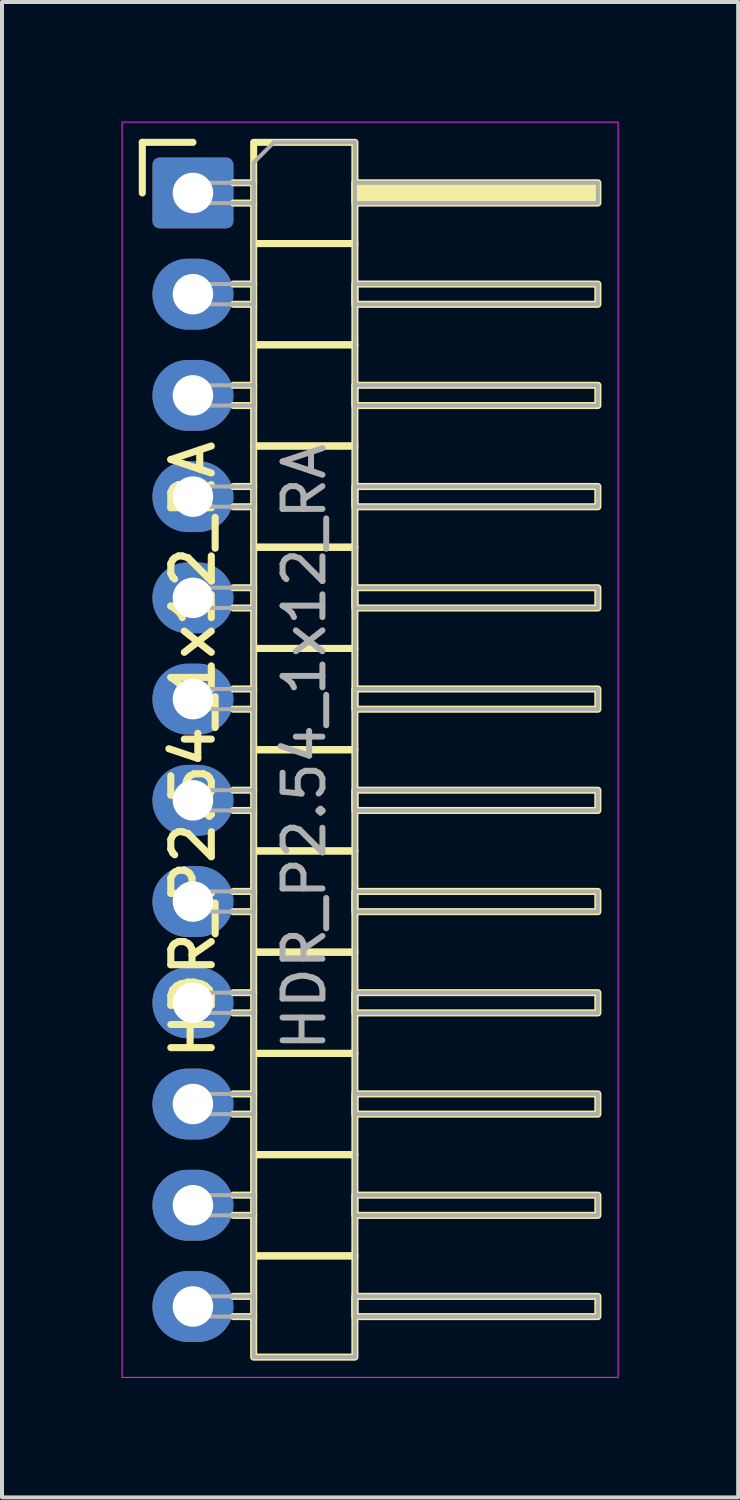
<source format=kicad_pcb>
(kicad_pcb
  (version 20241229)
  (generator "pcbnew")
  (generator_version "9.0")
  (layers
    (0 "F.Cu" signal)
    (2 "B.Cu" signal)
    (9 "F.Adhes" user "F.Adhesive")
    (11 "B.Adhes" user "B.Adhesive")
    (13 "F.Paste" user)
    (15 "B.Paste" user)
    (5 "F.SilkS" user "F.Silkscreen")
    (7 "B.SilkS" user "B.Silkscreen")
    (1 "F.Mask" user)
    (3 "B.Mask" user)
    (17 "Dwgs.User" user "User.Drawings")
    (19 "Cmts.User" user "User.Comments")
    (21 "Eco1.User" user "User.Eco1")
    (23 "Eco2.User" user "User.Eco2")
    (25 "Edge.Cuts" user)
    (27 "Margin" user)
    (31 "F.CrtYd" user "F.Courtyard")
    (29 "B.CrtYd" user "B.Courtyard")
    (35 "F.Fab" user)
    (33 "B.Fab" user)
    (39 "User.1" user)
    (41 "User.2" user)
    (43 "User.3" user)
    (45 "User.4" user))
  (footprint "HDR_P2.54_1x12_RA"
    (layer "F.Cu")
    (at 1.791 15.761)
    (property "Reference" "HDR_P2.54_1x12_RA" (at 0 0 90) (layer "F.SilkS") (effects (font (size 1.016 1.016) (thickness 0.178))))
    (attr through_hole)
    (fp_line (start -1.27 -15.24) (end 0 -15.24) (stroke (width 0.178) (type solid)) (layer "F.SilkS"))
    (fp_line (start -1.27 -13.97) (end -1.27 -15.24) (stroke (width 0.178) (type solid)) (layer "F.SilkS"))
    (fp_line (start 1.016 -14.224) (end 1.524 -14.224) (stroke (width 0.178) (type solid)) (layer "F.SilkS"))
    (fp_line (start 1.016 -13.716) (end 1.524 -13.716) (stroke (width 0.178) (type solid)) (layer "F.SilkS"))
    (fp_line (start 1.016 -11.684) (end 1.524 -11.684) (stroke (width 0.178) (type solid)) (layer "F.SilkS"))
    (fp_line (start 1.016 -11.176) (end 1.524 -11.176) (stroke (width 0.178) (type solid)) (layer "F.SilkS"))
    (fp_line (start 1.016 -9.144) (end 1.524 -9.144) (stroke (width 0.178) (type solid)) (layer "F.SilkS"))
    (fp_line (start 1.016 -8.636) (end 1.524 -8.636) (stroke (width 0.178) (type solid)) (layer "F.SilkS"))
    (fp_line (start 1.016 -6.604) (end 1.524 -6.604) (stroke (width 0.178) (type solid)) (layer "F.SilkS"))
    (fp_line (start 1.016 -6.096) (end 1.524 -6.096) (stroke (width 0.178) (type solid)) (layer "F.SilkS"))
    (fp_line (start 1.016 -4.064) (end 1.524 -4.064) (stroke (width 0.178) (type solid)) (layer "F.SilkS"))
    (fp_line (start 1.016 -3.556) (end 1.524 -3.556) (stroke (width 0.178) (type solid)) (layer "F.SilkS"))
    (fp_line (start 1.016 -1.524) (end 1.524 -1.524) (stroke (width 0.178) (type solid)) (layer "F.SilkS"))
    (fp_line (start 1.016 -1.016) (end 1.524 -1.016) (stroke (width 0.178) (type solid)) (layer "F.SilkS"))
    (fp_line (start 1.016 1.016) (end 1.524 1.016) (stroke (width 0.178) (type solid)) (layer "F.SilkS"))
    (fp_line (start 1.016 1.524) (end 1.524 1.524) (stroke (width 0.178) (type solid)) (layer "F.SilkS"))
    (fp_line (start 1.016 3.556) (end 1.524 3.556) (stroke (width 0.178) (type solid)) (layer "F.SilkS"))
    (fp_line (start 1.016 4.064) (end 1.524 4.064) (stroke (width 0.178) (type solid)) (layer "F.SilkS"))
    (fp_line (start 1.016 6.096) (end 1.524 6.096) (stroke (width 0.178) (type solid)) (layer "F.SilkS"))
    (fp_line (start 1.016 6.604) (end 1.524 6.604) (stroke (width 0.178) (type solid)) (layer "F.SilkS"))
    (fp_line (start 1.016 8.636) (end 1.524 8.636) (stroke (width 0.178) (type solid)) (layer "F.SilkS"))
    (fp_line (start 1.016 9.144) (end 1.524 9.144) (stroke (width 0.178) (type solid)) (layer "F.SilkS"))
    (fp_line (start 1.016 11.176) (end 1.524 11.176) (stroke (width 0.178) (type solid)) (layer "F.SilkS"))
    (fp_line (start 1.016 11.684) (end 1.524 11.684) (stroke (width 0.178) (type solid)) (layer "F.SilkS"))
    (fp_line (start 1.016 13.716) (end 1.524 13.716) (stroke (width 0.178) (type solid)) (layer "F.SilkS"))
    (fp_line (start 1.016 14.224) (end 1.524 14.224) (stroke (width 0.178) (type solid)) (layer "F.SilkS"))
    (fp_rect (start 1.524 -12.7) (end 4.064 -15.24) (stroke (width 0.178) (type solid)) (fill no) (layer "F.SilkS"))
    (fp_rect (start 1.524 -10.16) (end 4.064 -12.7) (stroke (width 0.178) (type solid)) (fill no) (layer "F.SilkS"))
    (fp_rect (start 1.524 -7.62) (end 4.064 -10.16) (stroke (width 0.178) (type solid)) (fill no) (layer "F.SilkS"))
    (fp_rect (start 1.524 -5.08) (end 4.064 -7.62) (stroke (width 0.178) (type solid)) (fill no) (layer "F.SilkS"))
    (fp_rect (start 1.524 -2.54) (end 4.064 -5.08) (stroke (width 0.178) (type solid)) (fill no) (layer "F.SilkS"))
    (fp_rect (start 1.524 0) (end 4.064 -2.54) (stroke (width 0.178) (type solid)) (fill no) (layer "F.SilkS"))
    (fp_rect (start 1.524 2.54) (end 4.064 0) (stroke (width 0.178) (type solid)) (fill no) (layer "F.SilkS"))
    (fp_rect (start 1.524 5.08) (end 4.064 2.54) (stroke (width 0.178) (type solid)) (fill no) (layer "F.SilkS"))
    (fp_rect (start 1.524 7.62) (end 4.064 5.08) (stroke (width 0.178) (type solid)) (fill no) (layer "F.SilkS"))
    (fp_rect (start 1.524 10.16) (end 4.064 7.62) (stroke (width 0.178) (type solid)) (fill no) (layer "F.SilkS"))
    (fp_rect (start 1.524 12.7) (end 4.064 10.16) (stroke (width 0.178) (type solid)) (fill no) (layer "F.SilkS"))
    (fp_rect (start 1.524 15.24) (end 4.064 12.7) (stroke (width 0.178) (type solid)) (fill no) (layer "F.SilkS"))
    (fp_rect (start 4.064 -14.224) (end 10.16 -13.716) (stroke (width 0.178) (type solid)) (fill yes) (layer "F.SilkS"))
    (fp_rect (start 4.064 -11.684) (end 10.16 -11.176) (stroke (width 0.178) (type solid)) (fill no) (layer "F.SilkS"))
    (fp_rect (start 4.064 -9.144) (end 10.16 -8.636) (stroke (width 0.178) (type solid)) (fill no) (layer "F.SilkS"))
    (fp_rect (start 4.064 -6.604) (end 10.16 -6.096) (stroke (width 0.178) (type solid)) (fill no) (layer "F.SilkS"))
    (fp_rect (start 4.064 -4.064) (end 10.16 -3.556) (stroke (width 0.178) (type solid)) (fill no) (layer "F.SilkS"))
    (fp_rect (start 4.064 -1.524) (end 10.16 -1.016) (stroke (width 0.178) (type solid)) (fill no) (layer "F.SilkS"))
    (fp_rect (start 4.064 1.016) (end 10.16 1.524) (stroke (width 0.178) (type solid)) (fill no) (layer "F.SilkS"))
    (fp_rect (start 4.064 3.556) (end 10.16 4.064) (stroke (width 0.178) (type solid)) (fill no) (layer "F.SilkS"))
    (fp_rect (start 4.064 6.096) (end 10.16 6.604) (stroke (width 0.178) (type solid)) (fill no) (layer "F.SilkS"))
    (fp_rect (start 4.064 8.636) (end 10.16 9.144) (stroke (width 0.178) (type solid)) (fill no) (layer "F.SilkS"))
    (fp_rect (start 4.064 11.176) (end 10.16 11.684) (stroke (width 0.178) (type solid)) (fill no) (layer "F.SilkS"))
    (fp_rect (start 4.064 13.716) (end 10.16 14.224) (stroke (width 0.178) (type solid)) (fill no) (layer "F.SilkS"))
    (fp_rect (start -1.778 -15.748) (end 10.668 15.748) (stroke (width 0.025) (type solid)) (fill no) (layer "F.CrtYd"))
    (fp_line (start 1.524 -14.732) (end 2.032 -15.24) (stroke (width 0.1) (type solid)) (layer "F.Fab"))
    (fp_line (start 1.524 15.24) (end 1.524 -14.732) (stroke (width 0.1) (type solid)) (layer "F.Fab"))
    (fp_line (start 2.032 -15.24) (end 4.064 -15.24) (stroke (width 0.1) (type solid)) (layer "F.Fab"))
    (fp_line (start 4.064 -15.24) (end 4.064 15.24) (stroke (width 0.1) (type solid)) (layer "F.Fab"))
    (fp_line (start 4.064 15.24) (end 1.524 15.24) (stroke (width 0.1) (type solid)) (layer "F.Fab"))
    (fp_rect (start -0.254 -14.224) (end 1.524 -13.716) (stroke (width 0.1) (type solid)) (fill no) (layer "F.Fab"))
    (fp_rect (start -0.254 -11.684) (end 1.524 -11.176) (stroke (width 0.1) (type solid)) (fill no) (layer "F.Fab"))
    (fp_rect (start -0.254 -9.144) (end 1.524 -8.636) (stroke (width 0.1) (type solid)) (fill no) (layer "F.Fab"))
    (fp_rect (start -0.254 -6.604) (end 1.524 -6.096) (stroke (width 0.1) (type solid)) (fill no) (layer "F.Fab"))
    (fp_rect (start -0.254 -4.064) (end 1.524 -3.556) (stroke (width 0.1) (type solid)) (fill no) (layer "F.Fab"))
    (fp_rect (start -0.254 -1.524) (end 1.524 -1.016) (stroke (width 0.1) (type solid)) (fill no) (layer "F.Fab"))
    (fp_rect (start -0.254 1.524) (end 1.524 1.016) (stroke (width 0.1) (type solid)) (fill no) (layer "F.Fab"))
    (fp_rect (start -0.254 3.556) (end 1.524 4.064) (stroke (width 0.1) (type solid)) (fill no) (layer "F.Fab"))
    (fp_rect (start -0.254 6.604) (end 1.524 6.096) (stroke (width 0.1) (type solid)) (fill no) (layer "F.Fab"))
    (fp_rect (start -0.254 9.144) (end 1.524 8.636) (stroke (width 0.1) (type solid)) (fill no) (layer "F.Fab"))
    (fp_rect (start -0.254 11.684) (end 1.524 11.176) (stroke (width 0.1) (type solid)) (fill no) (layer "F.Fab"))
    (fp_rect (start -0.254 13.716) (end 1.524 14.224) (stroke (width 0.1) (type solid)) (fill no) (layer "F.Fab"))
    (fp_rect (start 4.064 -14.224) (end 10.16 -13.716) (stroke (width 0.1) (type solid)) (fill no) (layer "F.Fab"))
    (fp_rect (start 4.064 -11.684) (end 10.16 -11.176) (stroke (width 0.1) (type solid)) (fill no) (layer "F.Fab"))
    (fp_rect (start 4.064 -9.144) (end 10.16 -8.636) (stroke (width 0.1) (type solid)) (fill no) (layer "F.Fab"))
    (fp_rect (start 4.064 -6.604) (end 10.16 -6.096) (stroke (width 0.1) (type solid)) (fill no) (layer "F.Fab"))
    (fp_rect (start 4.064 -4.064) (end 10.16 -3.556) (stroke (width 0.1) (type solid)) (fill no) (layer "F.Fab"))
    (fp_rect (start 4.064 -1.524) (end 10.16 -1.016) (stroke (width 0.1) (type solid)) (fill no) (layer "F.Fab"))
    (fp_rect (start 4.064 1.016) (end 10.16 1.524) (stroke (width 0.1) (type solid)) (fill no) (layer "F.Fab"))
    (fp_rect (start 4.064 3.556) (end 10.16 4.064) (stroke (width 0.1) (type solid)) (fill no) (layer "F.Fab"))
    (fp_rect (start 4.064 6.096) (end 10.16 6.604) (stroke (width 0.1) (type solid)) (fill no) (layer "F.Fab"))
    (fp_rect (start 4.064 8.636) (end 10.16 9.144) (stroke (width 0.1) (type solid)) (fill no) (layer "F.Fab"))
    (fp_rect (start 4.064 11.176) (end 10.16 11.684) (stroke (width 0.1) (type solid)) (fill no) (layer "F.Fab"))
    (fp_rect (start 4.064 13.716) (end 10.16 14.224) (stroke (width 0.1) (type solid)) (fill no) (layer "F.Fab"))
    (fp_text user "${REFERENCE}" (at 2.794 -0.066 90) (layer "F.Fab") (effects (font (size 1 1) (thickness 0.15))))
    (pad "1" thru_hole roundrect (at 0 -13.97) (size 2.032 1.778) (drill 1.016) (layers "*.Cu" "*.Mask") (roundrect_rratio 0.1))
    (pad "2" thru_hole oval (at 0 -11.43) (size 2.032 1.778) (drill 1.016) (layers "*.Cu" "*.Mask"))
    (pad "3" thru_hole oval (at 0 -8.89) (size 2.032 1.778) (drill 1.016) (layers "*.Cu" "*.Mask"))
    (pad "4" thru_hole oval (at 0 -6.35) (size 2.032 1.778) (drill 1.016) (layers "*.Cu" "*.Mask"))
    (pad "5" thru_hole oval (at 0 -3.81) (size 2.032 1.778) (drill 1.016) (layers "*.Cu" "*.Mask"))
    (pad "6" thru_hole oval (at 0 -1.27) (size 2.032 1.778) (drill 1.016) (layers "*.Cu" "*.Mask"))
    (pad "7" thru_hole oval (at 0 1.27) (size 2.032 1.778) (drill 1.016) (layers "*.Cu" "*.Mask"))
    (pad "8" thru_hole oval (at 0 3.81) (size 2.032 1.778) (drill 1.016) (layers "*.Cu" "*.Mask"))
    (pad "9" thru_hole oval (at 0 6.35) (size 2.032 1.778) (drill 1.016) (layers "*.Cu" "*.Mask"))
    (pad "10" thru_hole oval (at 0 8.89) (size 2.032 1.778) (drill 1.016) (layers "*.Cu" "*.Mask"))
    (pad "11" thru_hole oval (at 0 11.43) (size 2.032 1.778) (drill 1.016) (layers "*.Cu" "*.Mask"))
    (pad "12" thru_hole oval (at 0 13.97) (size 2.032 1.778) (drill 1.016) (layers "*.Cu" "*.Mask")))
  (gr_rect
    (start -3 -3)
    (end 15.471 34.521)
    (stroke (width 0.1) (type default))
    (fill no)
    (layer "Edge.Cuts")))
</source>
